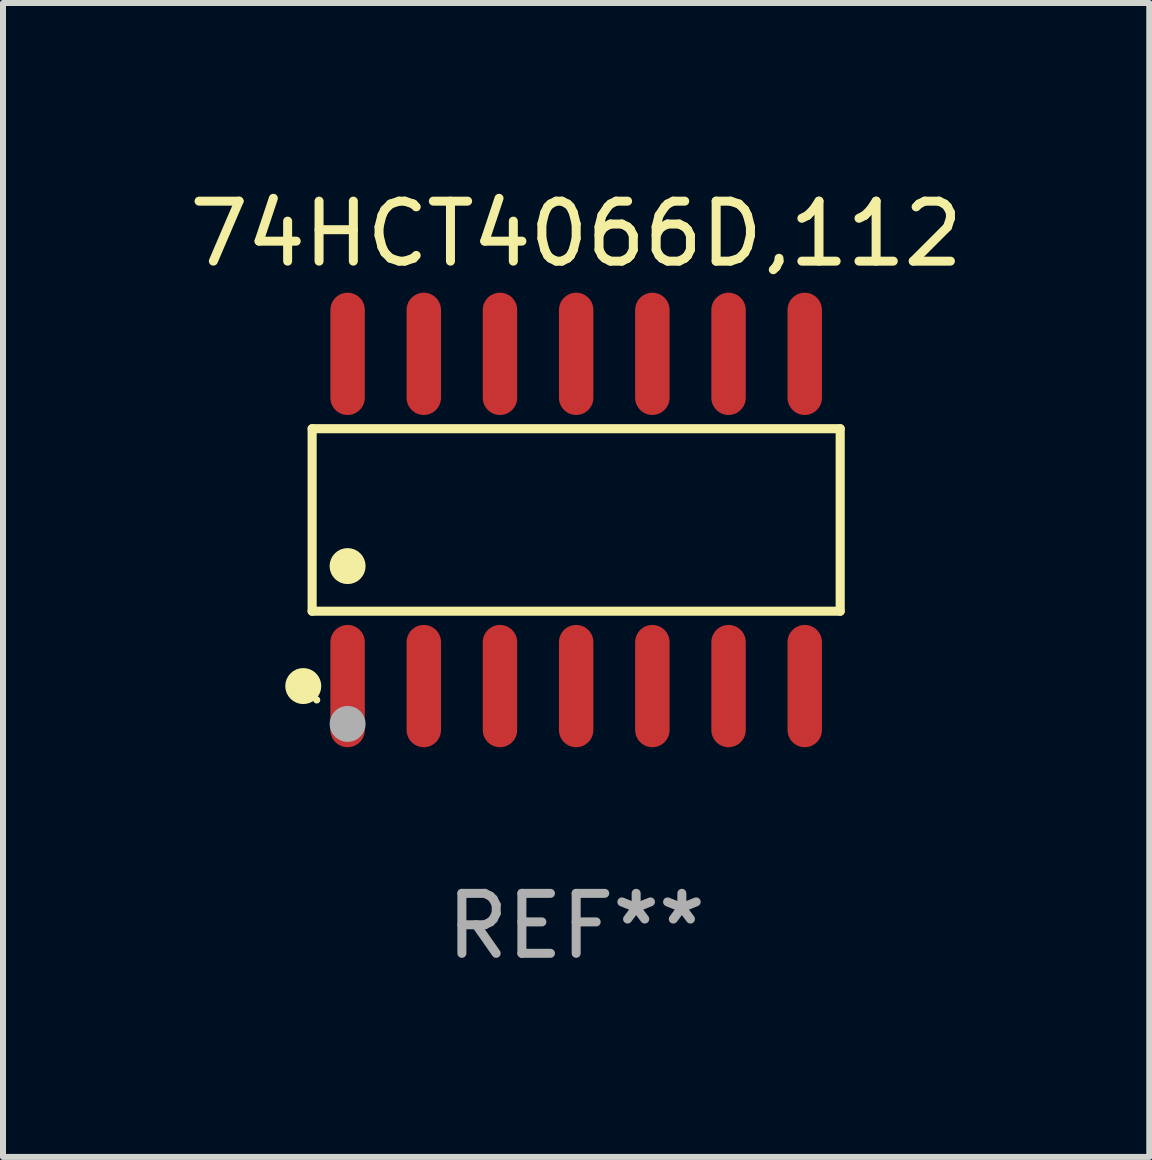
<source format=kicad_pcb>
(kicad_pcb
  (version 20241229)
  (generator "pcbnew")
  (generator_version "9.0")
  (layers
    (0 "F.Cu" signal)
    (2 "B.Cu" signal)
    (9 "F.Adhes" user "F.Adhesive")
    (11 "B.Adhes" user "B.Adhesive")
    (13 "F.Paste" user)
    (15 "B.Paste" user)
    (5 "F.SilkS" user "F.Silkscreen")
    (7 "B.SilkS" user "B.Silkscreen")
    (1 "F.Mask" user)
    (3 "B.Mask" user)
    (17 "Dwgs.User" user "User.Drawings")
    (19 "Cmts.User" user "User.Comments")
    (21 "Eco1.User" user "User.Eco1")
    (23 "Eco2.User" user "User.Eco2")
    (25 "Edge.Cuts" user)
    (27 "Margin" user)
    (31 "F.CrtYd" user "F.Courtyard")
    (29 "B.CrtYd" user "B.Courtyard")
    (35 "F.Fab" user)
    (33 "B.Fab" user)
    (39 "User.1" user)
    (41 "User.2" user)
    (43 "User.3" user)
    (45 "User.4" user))
  (footprint "74HCT4066D,112"
    (layer "F.Cu")
    (at 6.554 5.617)
    (property "Reference" "74HCT4066D,112" (at 0 -4.769 0) (layer "F.SilkS") (effects (font (size 1 1) (thickness 0.15))))
    (attr through_hole)
    (fp_line (start -4.401 -1.521) (end 4.401 -1.521) (stroke (width 0.152) (type solid)) (layer "F.SilkS"))
    (fp_line (start -4.401 1.521) (end -4.401 -1.521) (stroke (width 0.152) (type solid)) (layer "F.SilkS"))
    (fp_line (start 4.401 -1.521) (end 4.401 1.521) (stroke (width 0.152) (type solid)) (layer "F.SilkS"))
    (fp_line (start 4.401 1.521) (end -4.401 1.521) (stroke (width 0.152) (type solid)) (layer "F.SilkS"))
    (fp_circle (center -4.549 2.769) (end -4.399 2.769) (stroke (width 0.3) (type solid)) (fill no) (layer "F.SilkS"))
    (fp_circle (center -4.325 3) (end -4.295 3) (stroke (width 0.06) (type solid)) (fill no) (layer "F.SilkS"))
    (fp_circle (center -3.81 0.769) (end -3.66 0.769) (stroke (width 0.3) (type solid)) (fill no) (layer "F.SilkS"))
    (fp_circle (center -3.81 3.4) (end -3.66 3.4) (stroke (width 0.3) (type solid)) (fill no) (layer "F.Fab"))
    (fp_text user "REF**" (at 0 6.769 0) (layer "F.Fab") (effects (font (size 1 1) (thickness 0.15))))
    (pad "1" smd oval (at -3.81 2.769) (size 0.574 2.038) (layers "F.Cu" "F.Mask" "F.Paste"))
    (pad "2" smd oval (at -2.54 2.769) (size 0.574 2.038) (layers "F.Cu" "F.Mask" "F.Paste"))
    (pad "3" smd oval (at -1.27 2.769) (size 0.574 2.038) (layers "F.Cu" "F.Mask" "F.Paste"))
    (pad "4" smd oval (at 0 2.769) (size 0.574 2.038) (layers "F.Cu" "F.Mask" "F.Paste"))
    (pad "5" smd oval (at 1.27 2.769) (size 0.574 2.038) (layers "F.Cu" "F.Mask" "F.Paste"))
    (pad "6" smd oval (at 2.54 2.769) (size 0.574 2.038) (layers "F.Cu" "F.Mask" "F.Paste"))
    (pad "7" smd oval (at 3.81 2.769) (size 0.574 2.038) (layers "F.Cu" "F.Mask" "F.Paste"))
    (pad "8" smd oval (at 3.81 -2.769) (size 0.574 2.038) (layers "F.Cu" "F.Mask" "F.Paste"))
    (pad "9" smd oval (at 2.54 -2.769) (size 0.574 2.038) (layers "F.Cu" "F.Mask" "F.Paste"))
    (pad "10" smd oval (at 1.27 -2.769) (size 0.574 2.038) (layers "F.Cu" "F.Mask" "F.Paste"))
    (pad "11" smd oval (at 0 -2.769) (size 0.574 2.038) (layers "F.Cu" "F.Mask" "F.Paste"))
    (pad "12" smd oval (at -1.27 -2.769) (size 0.574 2.038) (layers "F.Cu" "F.Mask" "F.Paste"))
    (pad "13" smd oval (at -2.54 -2.769) (size 0.574 2.038) (layers "F.Cu" "F.Mask" "F.Paste"))
    (pad "14" smd oval (at -3.81 -2.769) (size 0.574 2.038) (layers "F.Cu" "F.Mask" "F.Paste")))
  (gr_rect
    (start -3 -3)
    (end 16.107 16.235)
    (stroke (width 0.1) (type default))
    (fill no)
    (layer "Edge.Cuts")))
</source>
